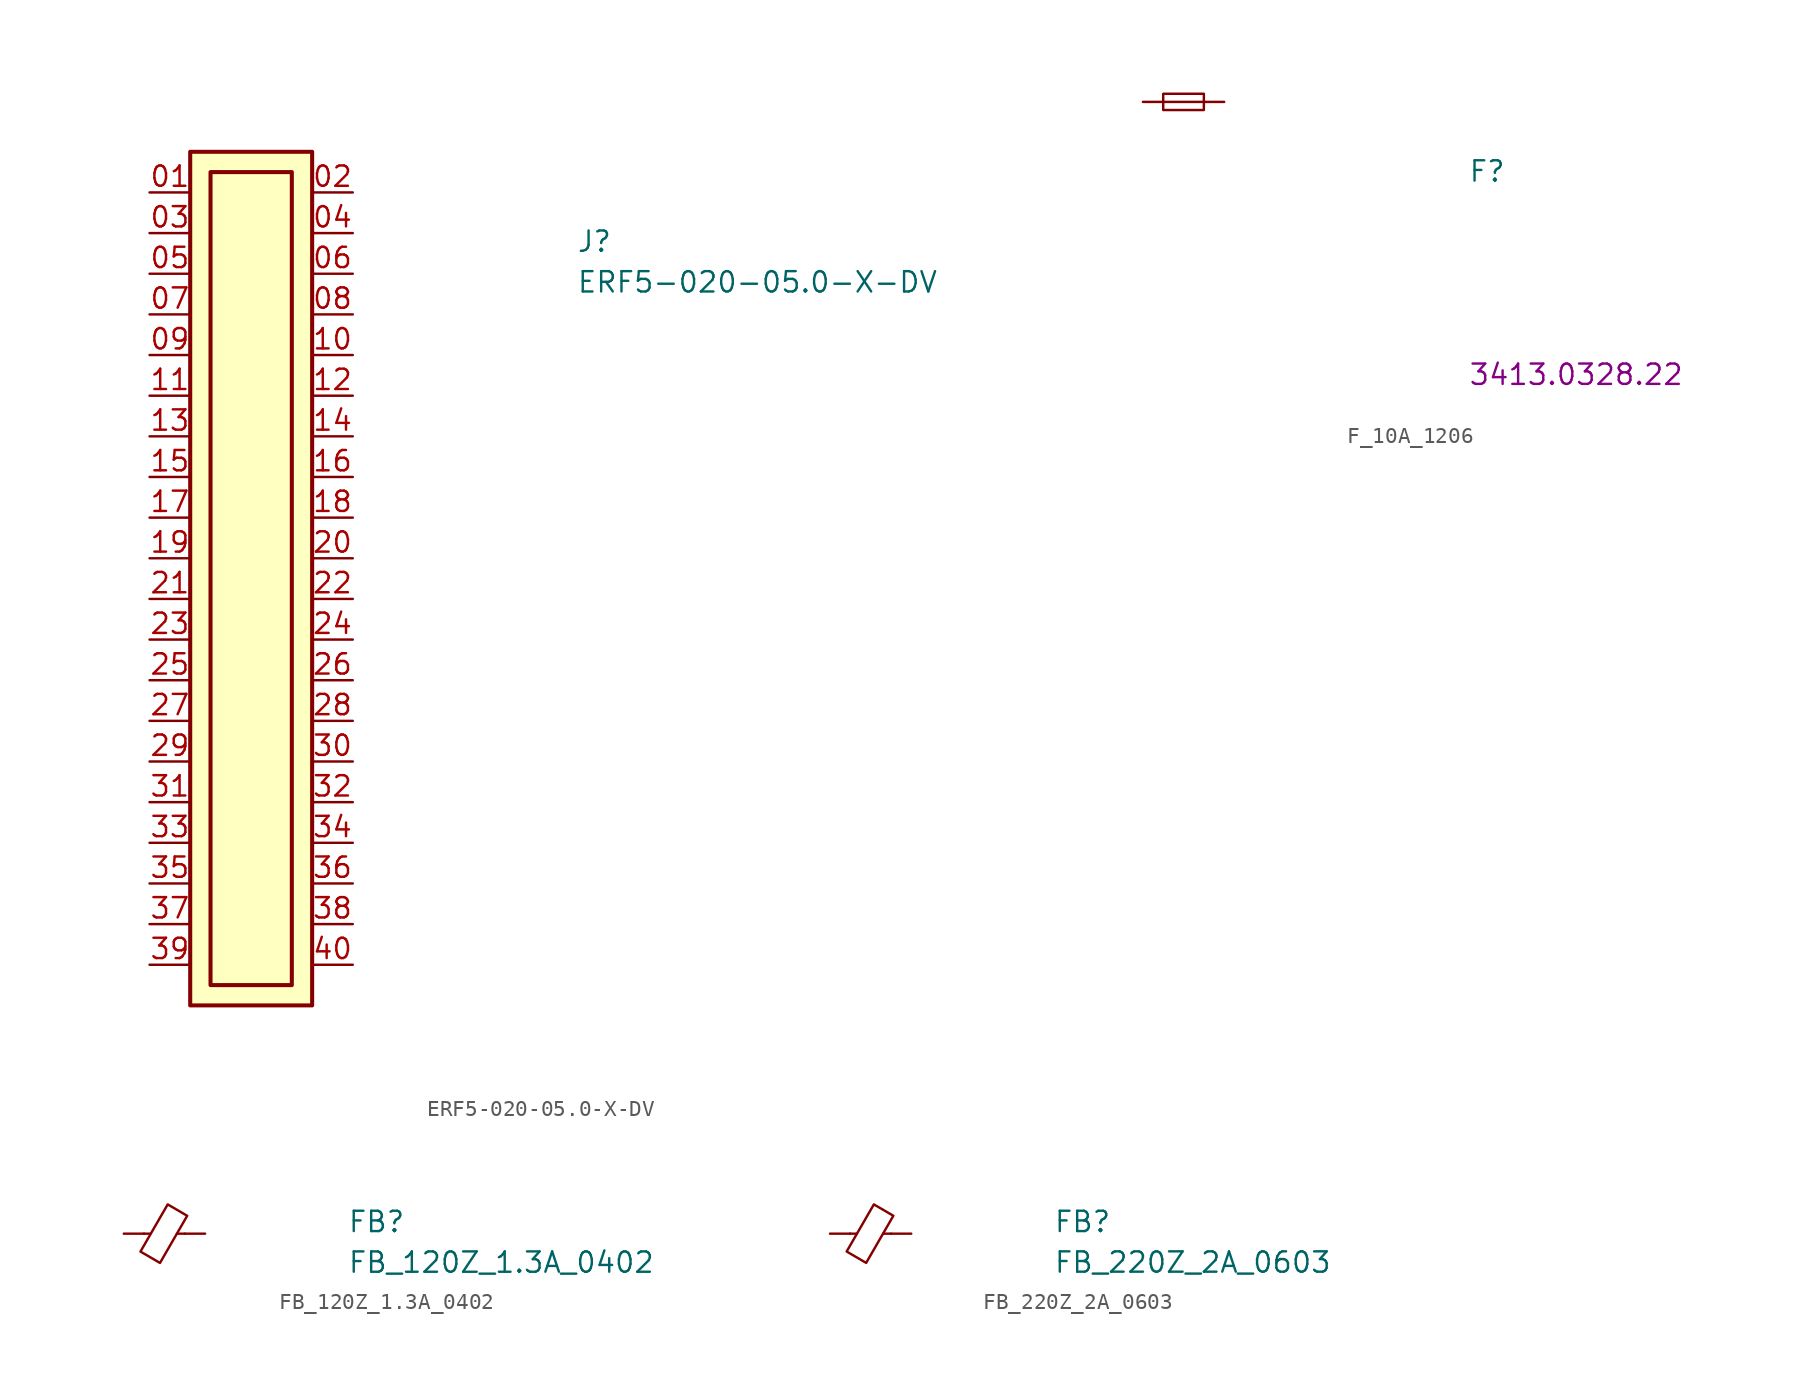
<source format=kicad_sym>
(kicad_symbol_lib
  (version 20211014)
  (generator kicad_symbol_editor)
  (symbol "ERF5-020-05.0-X-DV"
    (property "Reference" "J"
      (at 26.67 -3.81 0)
      (effects (font (size 1.27 1.27) (thickness 0.15)) (justify left bottom)))
    (property "Value" "ERF5-020-05.0-X-DV"
      (at 26.67 -6.35 0)
      (effects (font (size 1.27 1.27) (thickness 0.15)) (justify left bottom)))
    (symbol "ERF5-020-05.0-X-DV_1_1"
      (rectangle (start 2.54 2.54) (end 10.16 -50.8) (stroke (width 0.254) (type default) (color 0 0 0 0)) (fill (type background)))
      (rectangle (start 3.81 1.27) (end 8.89 -49.53) (stroke (width 0.254) (type default) (color 0 0 0 0)) (fill (type background)))
      (pin bidirectional line (at 0 0 0) (length 2.54) (name "~" (effects (font (size 1.27 1.27)))) (number "01" (effects (font (size 1.27 1.27)))))
      (pin bidirectional line (at 12.7 0 180) (length 2.54) (name "~" (effects (font (size 1.27 1.27)))) (number "02" (effects (font (size 1.27 1.27)))))
      (pin bidirectional line (at 0 -2.54 0) (length 2.54) (name "~" (effects (font (size 1.27 1.27)))) (number "03" (effects (font (size 1.27 1.27)))))
      (pin bidirectional line (at 12.7 -2.54 180) (length 2.54) (name "~" (effects (font (size 1.27 1.27)))) (number "04" (effects (font (size 1.27 1.27)))))
      (pin bidirectional line (at 0 -5.08 0) (length 2.54) (name "~" (effects (font (size 1.27 1.27)))) (number "05" (effects (font (size 1.27 1.27)))))
      (pin bidirectional line (at 12.7 -5.08 180) (length 2.54) (name "~" (effects (font (size 1.27 1.27)))) (number "06" (effects (font (size 1.27 1.27)))))
      (pin bidirectional line (at 0 -7.62 0) (length 2.54) (name "~" (effects (font (size 1.27 1.27)))) (number "07" (effects (font (size 1.27 1.27)))))
      (pin bidirectional line (at 12.7 -7.62 180) (length 2.54) (name "~" (effects (font (size 1.27 1.27)))) (number "08" (effects (font (size 1.27 1.27)))))
      (pin bidirectional line (at 0 -10.16 0) (length 2.54) (name "~" (effects (font (size 1.27 1.27)))) (number "09" (effects (font (size 1.27 1.27)))))
      (pin bidirectional line (at 12.7 -10.16 180) (length 2.54) (name "~" (effects (font (size 1.27 1.27)))) (number "10" (effects (font (size 1.27 1.27)))))
      (pin bidirectional line (at 0 -12.7 0) (length 2.54) (name "~" (effects (font (size 1.27 1.27)))) (number "11" (effects (font (size 1.27 1.27)))))
      (pin bidirectional line (at 12.7 -12.7 180) (length 2.54) (name "~" (effects (font (size 1.27 1.27)))) (number "12" (effects (font (size 1.27 1.27)))))
      (pin bidirectional line (at 0 -15.24 0) (length 2.54) (name "~" (effects (font (size 1.27 1.27)))) (number "13" (effects (font (size 1.27 1.27)))))
      (pin bidirectional line (at 12.7 -15.24 180) (length 2.54) (name "~" (effects (font (size 1.27 1.27)))) (number "14" (effects (font (size 1.27 1.27)))))
      (pin bidirectional line (at 0 -17.78 0) (length 2.54) (name "~" (effects (font (size 1.27 1.27)))) (number "15" (effects (font (size 1.27 1.27)))))
      (pin bidirectional line (at 12.7 -17.78 180) (length 2.54) (name "~" (effects (font (size 1.27 1.27)))) (number "16" (effects (font (size 1.27 1.27)))))
      (pin bidirectional line (at 0 -20.32 0) (length 2.54) (name "~" (effects (font (size 1.27 1.27)))) (number "17" (effects (font (size 1.27 1.27)))))
      (pin bidirectional line (at 12.7 -20.32 180) (length 2.54) (name "~" (effects (font (size 1.27 1.27)))) (number "18" (effects (font (size 1.27 1.27)))))
      (pin bidirectional line (at 0 -22.86 0) (length 2.54) (name "~" (effects (font (size 1.27 1.27)))) (number "19" (effects (font (size 1.27 1.27)))))
      (pin bidirectional line (at 12.7 -22.86 180) (length 2.54) (name "~" (effects (font (size 1.27 1.27)))) (number "20" (effects (font (size 1.27 1.27)))))
      (pin bidirectional line (at 0 -25.4 0) (length 2.54) (name "~" (effects (font (size 1.27 1.27)))) (number "21" (effects (font (size 1.27 1.27)))))
      (pin bidirectional line (at 12.7 -25.4 180) (length 2.54) (name "~" (effects (font (size 1.27 1.27)))) (number "22" (effects (font (size 1.27 1.27)))))
      (pin bidirectional line (at 0 -27.94 0) (length 2.54) (name "~" (effects (font (size 1.27 1.27)))) (number "23" (effects (font (size 1.27 1.27)))))
      (pin bidirectional line (at 12.7 -27.94 180) (length 2.54) (name "~" (effects (font (size 1.27 1.27)))) (number "24" (effects (font (size 1.27 1.27)))))
      (pin bidirectional line (at 0 -30.48 0) (length 2.54) (name "~" (effects (font (size 1.27 1.27)))) (number "25" (effects (font (size 1.27 1.27)))))
      (pin bidirectional line (at 12.7 -30.48 180) (length 2.54) (name "~" (effects (font (size 1.27 1.27)))) (number "26" (effects (font (size 1.27 1.27)))))
      (pin bidirectional line (at 0 -33.02 0) (length 2.54) (name "~" (effects (font (size 1.27 1.27)))) (number "27" (effects (font (size 1.27 1.27)))))
      (pin bidirectional line (at 12.7 -33.02 180) (length 2.54) (name "~" (effects (font (size 1.27 1.27)))) (number "28" (effects (font (size 1.27 1.27)))))
      (pin bidirectional line (at 0 -35.56 0) (length 2.54) (name "~" (effects (font (size 1.27 1.27)))) (number "29" (effects (font (size 1.27 1.27)))))
      (pin bidirectional line (at 12.7 -35.56 180) (length 2.54) (name "~" (effects (font (size 1.27 1.27)))) (number "30" (effects (font (size 1.27 1.27)))))
      (pin bidirectional line (at 0 -38.1 0) (length 2.54) (name "~" (effects (font (size 1.27 1.27)))) (number "31" (effects (font (size 1.27 1.27)))))
      (pin bidirectional line (at 12.7 -38.1 180) (length 2.54) (name "~" (effects (font (size 1.27 1.27)))) (number "32" (effects (font (size 1.27 1.27)))))
      (pin bidirectional line (at 0 -40.64 0) (length 2.54) (name "~" (effects (font (size 1.27 1.27)))) (number "33" (effects (font (size 1.27 1.27)))))
      (pin bidirectional line (at 12.7 -40.64 180) (length 2.54) (name "~" (effects (font (size 1.27 1.27)))) (number "34" (effects (font (size 1.27 1.27)))))
      (pin bidirectional line (at 0 -43.18 0) (length 2.54) (name "~" (effects (font (size 1.27 1.27)))) (number "35" (effects (font (size 1.27 1.27)))))
      (pin bidirectional line (at 12.7 -43.18 180) (length 2.54) (name "~" (effects (font (size 1.27 1.27)))) (number "36" (effects (font (size 1.27 1.27)))))
      (pin bidirectional line (at 0 -45.72 0) (length 2.54) (name "~" (effects (font (size 1.27 1.27)))) (number "37" (effects (font (size 1.27 1.27)))))
      (pin bidirectional line (at 12.7 -45.72 180) (length 2.54) (name "~" (effects (font (size 1.27 1.27)))) (number "38" (effects (font (size 1.27 1.27)))))
      (pin bidirectional line (at 0 -48.26 0) (length 2.54) (name "~" (effects (font (size 1.27 1.27)))) (number "39" (effects (font (size 1.27 1.27)))))
      (pin bidirectional line (at 12.7 -48.26 180) (length 2.54) (name "~" (effects (font (size 1.27 1.27)))) (number "40" (effects (font (size 1.27 1.27)))))))
  (symbol "F_10A_1206"
    (pin_numbers hide)
    (pin_names
      (offset 1.016) hide)
    (property "Reference" "F"
      (at 20.32 -5.08 0)
      (effects (font (size 1.27 1.27) (thickness 0.15)) (justify left bottom)))
    (property "MPN" "3413.0328.22"
      (at 20.32 -17.78 0)
      (effects (font (size 1.27 1.27) (thickness 0.15)) (justify left bottom)))
    (symbol "F_10A_1206_0_1"
      (polyline (pts (xy 1.27 0) (xy 3.81 0)) (stroke (width 0) (type default) (color 0 0 0 0)) (fill (type none)))
      (rectangle (start 1.27 0.508) (end 3.81 -0.508) (stroke (width 0) (type default) (color 0 0 0 0)) (fill (type none))))
    (symbol "F_10A_1206_1_1"
      (pin passive line (at 0 0 0) (length 1.27) (name "~" (effects (font (size 1.27 1.27)))) (number "1" (effects (font (size 1.27 1.27)))))
      (pin passive line (at 5.08 0 180) (length 1.27) (name "~" (effects (font (size 1.27 1.27)))) (number "2" (effects (font (size 1.27 1.27)))))))
  (symbol "FB_120Z_1.3A_0402"
    (pin_numbers hide)
    (pin_names hide)
    (property "Reference" "FB"
      (at 13.97 0 0)
      (effects (font (size 1.27 1.27) (thickness 0.15)) (justify left bottom)))
    (property "Value" "FB_120Z_1.3A_0402"
      (at 13.97 -2.54 0)
      (effects (font (size 1.27 1.27) (thickness 0.15)) (justify left bottom)))
    (symbol "FB_120Z_1.3A_0402_0_1"
      (polyline (pts (xy 1.651 0) (xy 1.245 0)) (stroke (width 0) (type default) (color 0 0 0 0)) (fill (type none)))
      (polyline (pts (xy 3.81 0) (xy 3.327 0)) (stroke (width 0) (type default) (color 0 0 0 0)) (fill (type none)))
      (polyline (pts (xy 2.261 -1.829) (xy 1.041 -1.118) (xy 2.743 1.829) (xy 3.962 1.118) (xy 2.261 -1.829)) (stroke (width 0) (type default) (color 0 0 0 0)) (fill (type none))))
    (symbol "FB_120Z_1.3A_0402_1_1"
      (pin passive line (at 0 0 0) (length 1.27) (name "~" (effects (font (size 1.27 1.27)))) (number "1" (effects (font (size 1.27 1.27)))))
      (pin passive line (at 5.08 0 180) (length 1.27) (name "~" (effects (font (size 1.27 1.27)))) (number "2" (effects (font (size 1.27 1.27)))))))
  (symbol "FB_220Z_2A_0603"
    (pin_numbers hide)
    (pin_names hide)
    (property "Reference" "FB"
      (at 13.97 0 0)
      (effects (font (size 1.27 1.27) (thickness 0.15)) (justify left bottom)))
    (property "Value" "FB_220Z_2A_0603"
      (at 13.97 -2.54 0)
      (effects (font (size 1.27 1.27) (thickness 0.15)) (justify left bottom)))
    (symbol "FB_220Z_2A_0603_0_1"
      (polyline (pts (xy 1.651 0) (xy 1.245 0)) (stroke (width 0) (type default) (color 0 0 0 0)) (fill (type none)))
      (polyline (pts (xy 3.81 0) (xy 3.327 0)) (stroke (width 0) (type default) (color 0 0 0 0)) (fill (type none)))
      (polyline (pts (xy 2.261 -1.829) (xy 1.041 -1.118) (xy 2.743 1.829) (xy 3.962 1.118) (xy 2.261 -1.829)) (stroke (width 0) (type default) (color 0 0 0 0)) (fill (type none))))
    (symbol "FB_220Z_2A_0603_1_1"
      (pin passive line (at 0 0 0) (length 1.27) (name "~" (effects (font (size 1.27 1.27)))) (number "1" (effects (font (size 1.27 1.27)))))
      (pin passive line (at 5.08 0 180) (length 1.27) (name "~" (effects (font (size 1.27 1.27)))) (number "2" (effects (font (size 1.27 1.27))))))))
</source>
